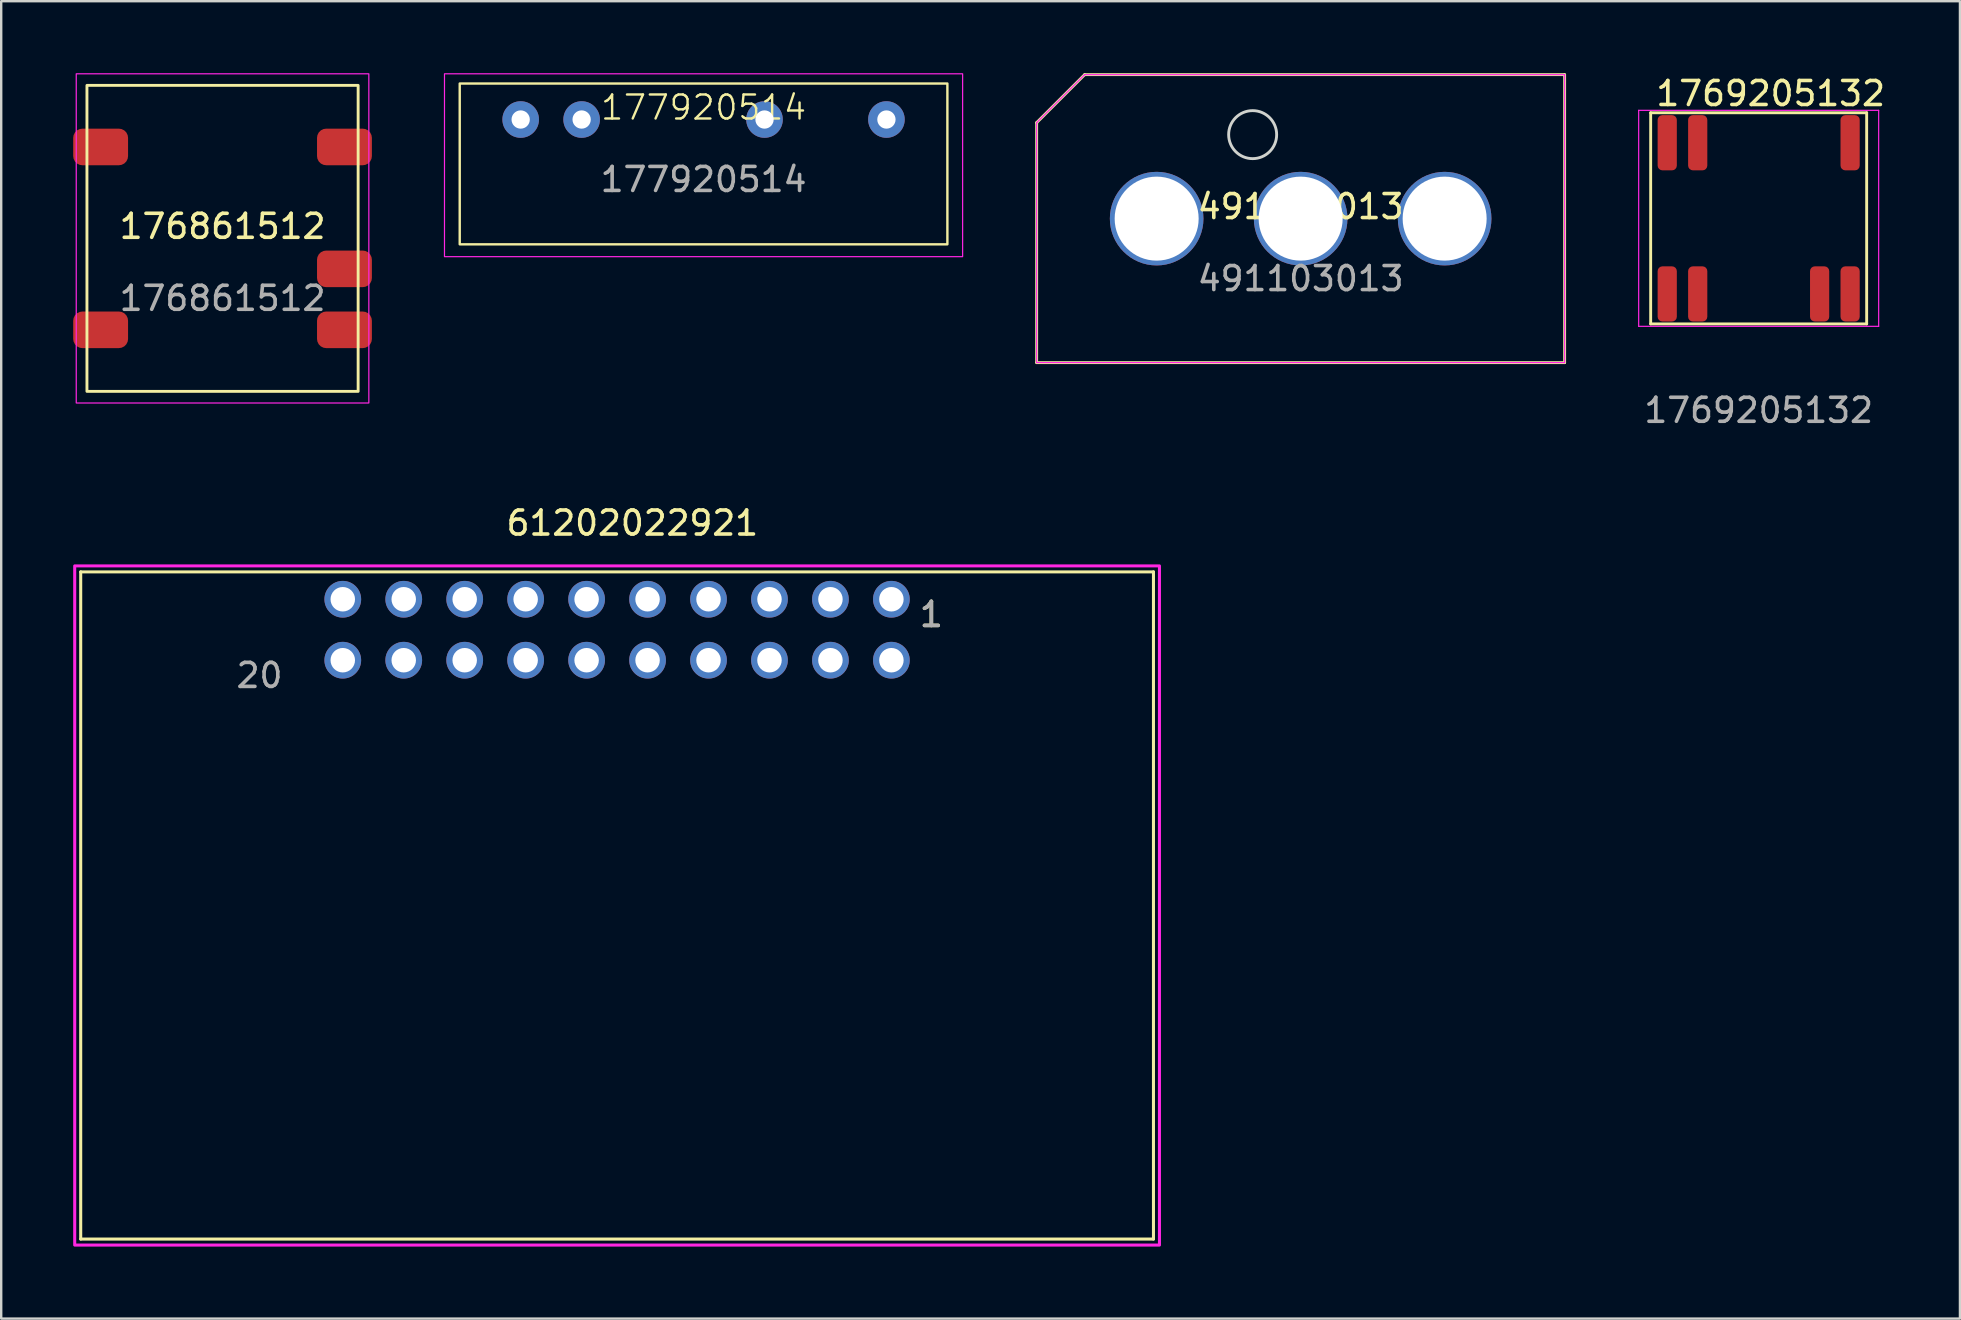
<source format=kicad_pcb>
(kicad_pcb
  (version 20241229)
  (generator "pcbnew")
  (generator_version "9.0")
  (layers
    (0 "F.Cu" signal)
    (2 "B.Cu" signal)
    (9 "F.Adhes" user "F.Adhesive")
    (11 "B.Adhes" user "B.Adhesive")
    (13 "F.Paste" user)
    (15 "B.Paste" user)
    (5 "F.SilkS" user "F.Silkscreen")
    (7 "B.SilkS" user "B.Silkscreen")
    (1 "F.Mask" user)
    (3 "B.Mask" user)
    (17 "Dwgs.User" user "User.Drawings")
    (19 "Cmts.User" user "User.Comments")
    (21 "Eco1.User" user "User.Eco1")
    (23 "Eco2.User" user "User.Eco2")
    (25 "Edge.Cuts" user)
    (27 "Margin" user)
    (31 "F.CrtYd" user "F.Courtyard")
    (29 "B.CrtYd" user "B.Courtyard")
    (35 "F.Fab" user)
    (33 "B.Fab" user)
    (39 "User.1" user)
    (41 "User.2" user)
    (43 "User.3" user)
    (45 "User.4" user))
  (footprint "61202022921"
    (layer "F.Cu")
    (at 22.663 23.19)
    (property "Reference" "61202022921" (at 0.635 -4.445 0) (layer "F.SilkS") (effects (font (size 1 1) (thickness 0.15))))
    (attr through_hole)
    (fp_line (start -22.35 -2.41) (end -22.35 25.39) (stroke (width 0.127) (type solid)) (layer "F.SilkS"))
    (fp_line (start -22.35 -2.41) (end 22.35 -2.41) (stroke (width 0.127) (type solid)) (layer "F.SilkS"))
    (fp_line (start -22.35 25.39) (end 22.35 25.39) (stroke (width 0.127) (type solid)) (layer "F.SilkS"))
    (fp_line (start 22.35 -2.41) (end 22.35 25.39) (stroke (width 0.127) (type solid)) (layer "F.SilkS"))
    (fp_poly (pts (xy -22.6 -2.66) (xy 22.6 -2.66) (xy 22.6 25.64) (xy -22.6 25.64)) (stroke (width 0.127) (type solid)) (fill no) (layer "F.CrtYd"))
    (fp_text user "1" (at 13.095 -0.635 0) (layer "F.SilkS") (effects (font (size 1 1) (thickness 0.15))))
    (fp_text user "20" (at -14.9 1.905 0) (layer "F.Fab") (effects (font (size 1 1) (thickness 0.15))))
    (fp_text user "1" (at 13.095 -0.635 0) (layer "F.Fab") (effects (font (size 1 1) (thickness 0.15))))
    (pad "1" thru_hole circle (at 11.43 -1.27) (size 1.53 1.53) (drill 1.02) (layers "*.Cu" "*.Mask"))
    (pad "2" thru_hole circle (at 11.43 1.27) (size 1.53 1.53) (drill 1.02) (layers "*.Cu" "*.Mask"))
    (pad "3" thru_hole circle (at 8.89 -1.27) (size 1.53 1.53) (drill 1.02) (layers "*.Cu" "*.Mask"))
    (pad "4" thru_hole circle (at 8.89 1.27) (size 1.53 1.53) (drill 1.02) (layers "*.Cu" "*.Mask"))
    (pad "5" thru_hole circle (at 6.35 -1.27) (size 1.53 1.53) (drill 1.02) (layers "*.Cu" "*.Mask"))
    (pad "6" thru_hole circle (at 6.35 1.27) (size 1.53 1.53) (drill 1.02) (layers "*.Cu" "*.Mask"))
    (pad "7" thru_hole circle (at 3.81 -1.27) (size 1.53 1.53) (drill 1.02) (layers "*.Cu" "*.Mask"))
    (pad "8" thru_hole circle (at 3.81 1.27) (size 1.53 1.53) (drill 1.02) (layers "*.Cu" "*.Mask"))
    (pad "9" thru_hole circle (at 1.27 -1.27) (size 1.53 1.53) (drill 1.02) (layers "*.Cu" "*.Mask"))
    (pad "10" thru_hole circle (at 1.27 1.27) (size 1.53 1.53) (drill 1.02) (layers "*.Cu" "*.Mask"))
    (pad "11" thru_hole circle (at -1.27 -1.27) (size 1.53 1.53) (drill 1.02) (layers "*.Cu" "*.Mask"))
    (pad "12" thru_hole circle (at -1.27 1.27) (size 1.53 1.53) (drill 1.02) (layers "*.Cu" "*.Mask"))
    (pad "13" thru_hole circle (at -3.81 -1.27) (size 1.53 1.53) (drill 1.02) (layers "*.Cu" "*.Mask"))
    (pad "14" thru_hole circle (at -3.81 1.27) (size 1.53 1.53) (drill 1.02) (layers "*.Cu" "*.Mask"))
    (pad "15" thru_hole circle (at -6.35 -1.27) (size 1.53 1.53) (drill 1.02) (layers "*.Cu" "*.Mask"))
    (pad "16" thru_hole circle (at -6.35 1.27) (size 1.53 1.53) (drill 1.02) (layers "*.Cu" "*.Mask"))
    (pad "17" thru_hole circle (at -8.89 -1.27) (size 1.53 1.53) (drill 1.02) (layers "*.Cu" "*.Mask"))
    (pad "18" thru_hole circle (at -8.89 1.27) (size 1.53 1.53) (drill 1.02) (layers "*.Cu" "*.Mask"))
    (pad "19" thru_hole circle (at -11.43 -1.27) (size 1.53 1.53) (drill 1.02) (layers "*.Cu" "*.Mask"))
    (pad "20" thru_hole circle (at -11.43 1.27) (size 1.53 1.53) (drill 1.02) (layers "*.Cu" "*.Mask")))
  (footprint "176861512"
    (layer "F.Cu")
    (at 6.223 6.883)
    (property "Reference" "176861512" (at 0 -0.5 0) (unlocked yes) (layer "F.SilkS") (effects (font (size 1 1) (thickness 0.15))))
    (attr smd)
    (fp_rect (start -5.65 -6.375) (end 5.65 6.375) (stroke (width 0.12) (type solid)) (fill no) (layer "F.SilkS"))
    (fp_rect (start -6.096 -6.858) (end 6.096 6.858) (stroke (width 0.05) (type solid)) (fill no) (layer "F.CrtYd"))
    (fp_text user "${REFERENCE}" (at 0 2.5 0) (unlocked yes) (layer "F.Fab") (effects (font (size 1 1) (thickness 0.15))))
    (pad "1" smd roundrect (at 5.08 3.81) (size 2.286 1.524) (layers "F.Cu" "F.Mask" "F.Paste") (roundrect_rratio 0.25))
    (pad "2" smd roundrect (at 5.08 1.27) (size 2.286 1.524) (layers "F.Cu" "F.Mask" "F.Paste") (roundrect_rratio 0.25))
    (pad "4" smd roundrect (at 5.08 -3.81) (size 2.286 1.524) (layers "F.Cu" "F.Mask" "F.Paste") (roundrect_rratio 0.25))
    (pad "5" smd roundrect (at -5.08 -3.81) (size 2.286 1.524) (layers "F.Cu" "F.Mask" "F.Paste") (roundrect_rratio 0.25))
    (pad "8" smd roundrect (at -5.08 3.81) (size 2.286 1.524) (layers "F.Cu" "F.Mask" "F.Paste") (roundrect_rratio 0.25)))
  (footprint "177920514"
    (layer "F.Cu")
    (at 26.266 1.93)
    (property "Reference" "177920514" (at 0 -0.5 0) (unlocked yes) (layer "F.SilkS") (effects (font (size 1 1) (thickness 0.1))))
    (attr through_hole)
    (fp_rect (start -10.16 -1.5) (end 10.16 5.2) (stroke (width 0.1) (type default)) (fill no) (layer "F.SilkS"))
    (fp_rect (start -10.795 -1.905) (end 10.795 5.715) (stroke (width 0.05) (type default)) (fill no) (layer "F.CrtYd"))
    (fp_text user "${REFERENCE}" (at 0 2.5 0) (unlocked yes) (layer "F.Fab") (effects (font (size 1 1) (thickness 0.15))))
    (pad "1" thru_hole circle (at -7.62 0) (size 1.524 1.524) (drill 0.762) (layers "*.Cu" "*.Mask"))
    (pad "2" thru_hole circle (at -5.08 0) (size 1.524 1.524) (drill 0.762) (layers "*.Cu" "*.Mask"))
    (pad "5" thru_hole circle (at 2.54 0) (size 1.524 1.524) (drill 0.762) (layers "*.Cu" "*.Mask"))
    (pad "7" thru_hole circle (at 7.62 0) (size 1.524 1.524) (drill 0.762) (layers "*.Cu" "*.Mask")))
  (footprint "491103013"
    (layer "F.Cu")
    (at 51.146 6.06)
    (property "Reference" "491103013" (at 0 -0.5 0) (unlocked yes) (layer "F.SilkS") (effects (font (size 1 1) (thickness 0.15))))
    (attr through_hole)
    (fp_line (start -11 -4) (end -9 -6) (stroke (width 0.12) (type solid)) (layer "F.SilkS"))
    (fp_line (start -11 6) (end -11 -4) (stroke (width 0.12) (type solid)) (layer "F.SilkS"))
    (fp_line (start -9 -6) (end 11 -6) (stroke (width 0.12) (type solid)) (layer "F.SilkS"))
    (fp_line (start 11 -6) (end 11 6) (stroke (width 0.12) (type solid)) (layer "F.SilkS"))
    (fp_line (start 11 6) (end -11 6) (stroke (width 0.12) (type solid)) (layer "F.SilkS"))
    (fp_circle (center -2 -3.5) (end -1 -3.5) (stroke (width 0.12) (type solid)) (fill no) (layer "Edge.Cuts"))
    (fp_line (start -11 -4) (end -9 -6) (stroke (width 0.05) (type solid)) (layer "F.CrtYd"))
    (fp_line (start -11 6) (end -11 -4) (stroke (width 0.05) (type solid)) (layer "F.CrtYd"))
    (fp_line (start -9 -6) (end 11 -6) (stroke (width 0.05) (type solid)) (layer "F.CrtYd"))
    (fp_line (start 11 -6) (end 11 6) (stroke (width 0.05) (type solid)) (layer "F.CrtYd"))
    (fp_line (start 11 6) (end -11 6) (stroke (width 0.05) (type solid)) (layer "F.CrtYd"))
    (fp_text user "${REFERENCE}" (at 0 2.5 0) (unlocked yes) (layer "F.Fab") (effects (font (size 1 1) (thickness 0.15))))
    (pad "1" thru_hole circle (at -6 0) (size 3.9 3.9) (drill 3.5) (layers "*.Cu" "*.Mask"))
    (pad "2" thru_hole circle (at 0 0) (size 3.9 3.9) (drill 3.5) (layers "*.Cu" "*.Mask"))
    (pad "3" thru_hole circle (at 6 0) (size 3.9 3.9) (drill 3.5) (layers "*.Cu" "*.Mask")))
  (footprint "1769205132"
    (layer "F.Cu")
    (at 70.231 6.048)
    (property "Reference" "1769205132" (at 0.5 -5.2 0) (unlocked yes) (layer "F.SilkS") (effects (font (size 1 1) (thickness 0.15))))
    (attr smd)
    (fp_line (start -4.5 -4.4) (end 4.5 -4.4) (stroke (width 0.12) (type solid)) (layer "F.SilkS"))
    (fp_line (start -4.5 4.4) (end -4.5 -4.4) (stroke (width 0.12) (type solid)) (layer "F.SilkS"))
    (fp_line (start 4.5 -4.4) (end 4.5 4.4) (stroke (width 0.12) (type solid)) (layer "F.SilkS"))
    (fp_line (start 4.5 4.4) (end -4.5 4.4) (stroke (width 0.12) (type solid)) (layer "F.SilkS"))
    (fp_line (start -5 -4.5) (end 5 -4.5) (stroke (width 0.05) (type solid)) (layer "F.CrtYd"))
    (fp_line (start -5 4.5) (end -5 -4.5) (stroke (width 0.05) (type solid)) (layer "F.CrtYd"))
    (fp_line (start 5 -4.5) (end 5 4.5) (stroke (width 0.05) (type solid)) (layer "F.CrtYd"))
    (fp_line (start 5 4.5) (end -5 4.5) (stroke (width 0.05) (type solid)) (layer "F.CrtYd"))
    (fp_text user "${REFERENCE}" (at 0 8 0) (unlocked yes) (layer "F.Fab") (effects (font (size 1 1) (thickness 0.15))))
    (pad "1" smd roundrect (at -3.81 3.15) (size 0.8 2.3) (layers "F.Cu" "F.Mask" "F.Paste") (roundrect_rratio 0.25))
    (pad "1" smd roundrect (at -2.54 3.15) (size 0.8 2.3) (layers "F.Cu" "F.Mask" "F.Paste") (roundrect_rratio 0.25))
    (pad "3" smd roundrect (at 2.54 3.15) (size 0.8 2.3) (layers "F.Cu" "F.Mask" "F.Paste") (roundrect_rratio 0.25))
    (pad "3" smd roundrect (at 3.81 3.15) (size 0.8 2.3) (layers "F.Cu" "F.Mask" "F.Paste") (roundrect_rratio 0.25))
    (pad "5" smd roundrect (at 3.81 -3.15) (size 0.8 2.3) (layers "F.Cu" "F.Mask" "F.Paste") (roundrect_rratio 0.25))
    (pad "6" smd roundrect (at -3.81 -3.15) (size 0.8 2.3) (layers "F.Cu" "F.Mask" "F.Paste") (roundrect_rratio 0.25))
    (pad "6" smd roundrect (at -2.54 -3.15) (size 0.8 2.3) (layers "F.Cu" "F.Mask" "F.Paste") (roundrect_rratio 0.25)))
  (gr_rect
    (start -3 -3)
    (end 78.618 51.893)
    (stroke (width 0.1) (type default))
    (fill no)
    (layer "Edge.Cuts")))
</source>
